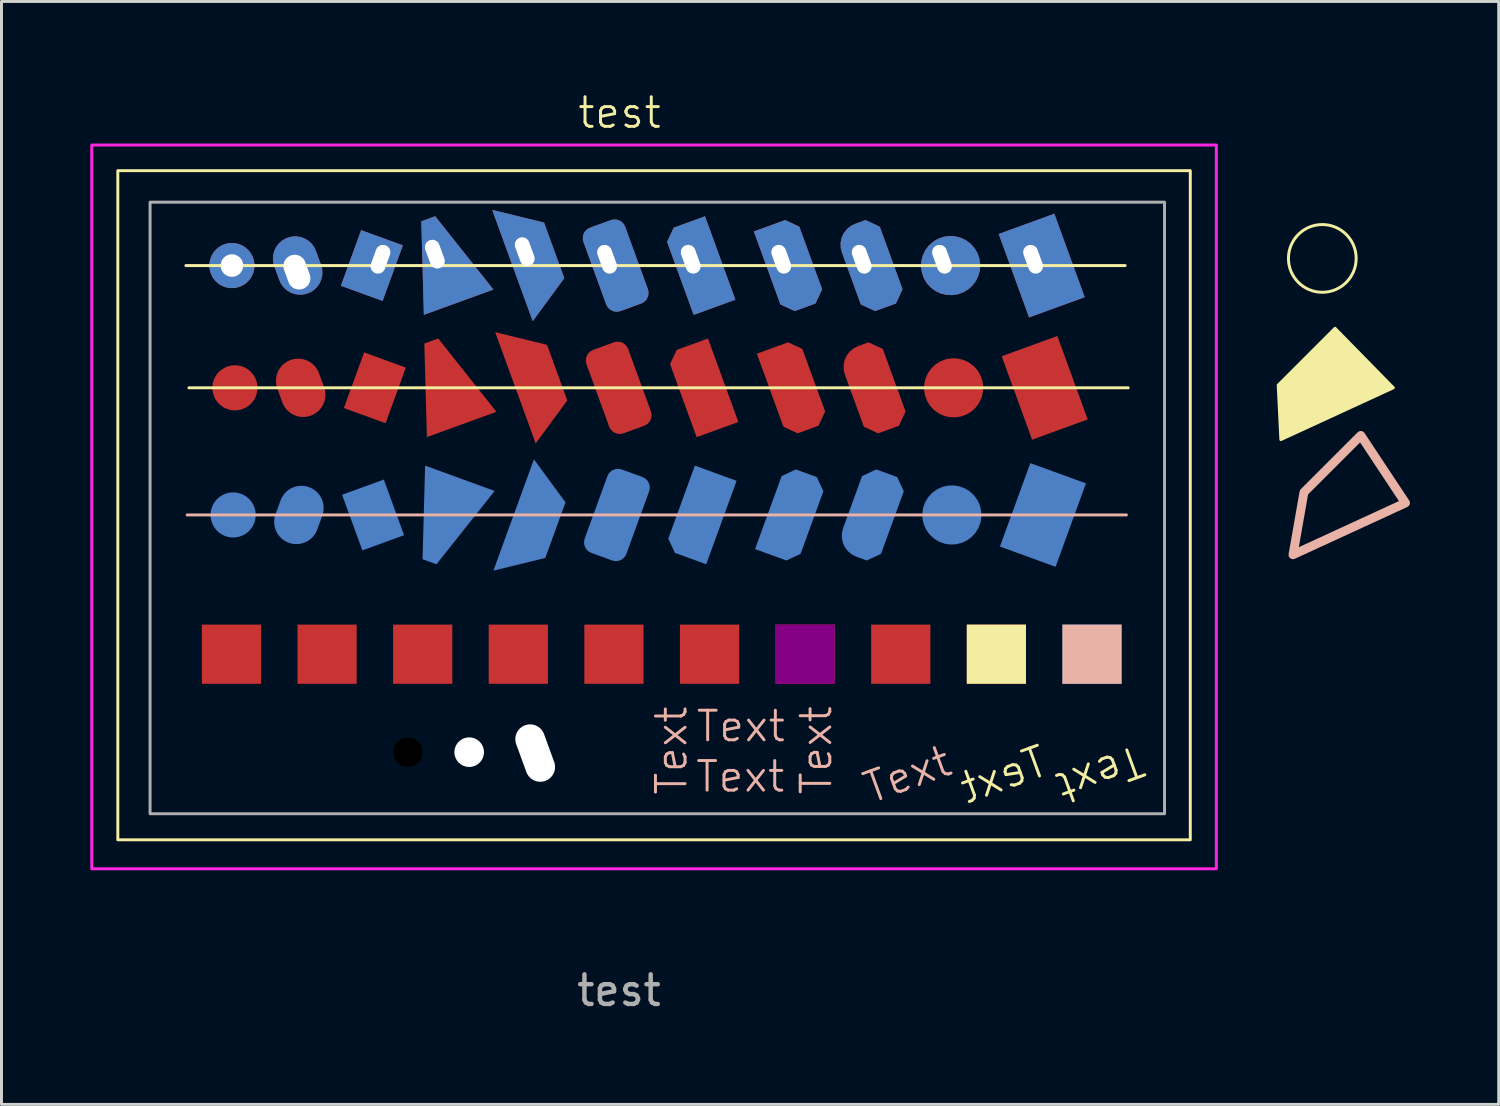
<source format=kicad_pcb>
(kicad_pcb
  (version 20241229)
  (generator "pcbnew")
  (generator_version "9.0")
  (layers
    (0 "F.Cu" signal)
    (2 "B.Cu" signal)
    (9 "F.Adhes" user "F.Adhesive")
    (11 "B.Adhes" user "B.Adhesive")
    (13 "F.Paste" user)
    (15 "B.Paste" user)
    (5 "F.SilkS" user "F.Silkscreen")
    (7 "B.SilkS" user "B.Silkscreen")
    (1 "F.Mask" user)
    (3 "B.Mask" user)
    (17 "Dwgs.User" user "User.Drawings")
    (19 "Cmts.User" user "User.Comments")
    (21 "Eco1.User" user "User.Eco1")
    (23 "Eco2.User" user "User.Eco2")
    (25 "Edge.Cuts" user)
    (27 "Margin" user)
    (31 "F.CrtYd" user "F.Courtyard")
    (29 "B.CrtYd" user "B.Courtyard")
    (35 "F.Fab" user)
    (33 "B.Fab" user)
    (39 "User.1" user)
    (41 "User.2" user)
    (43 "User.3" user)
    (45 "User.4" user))
  (footprint "test"
    (layer "F.Cu")
    (at 17.79 16.64)
    (property "Reference" "test" (at 0.09 -15.88 0) (unlocked yes) (layer "F.SilkS") (effects (font (size 1 1) (thickness 0.1))))
    (attr through_hole board_only exclude_from_pos_files exclude_from_bom allow_missing_courtyard dnp allow_soldermask_bridges)
    (private_layers "User.1" "User.2")
    (fp_line (start -14.56 -10.719) (end 17.17 -10.719) (stroke (width 0.1) (type default)) (layer "F.SilkS"))
    (fp_line (start -14.458 -6.589) (end 17.272 -6.589) (stroke (width 0.1) (type default)) (layer "F.SilkS"))
    (fp_rect (start -16.86 -13.925) (end 19.37 8.68) (stroke (width 0.1) (type default)) (fill no) (layer "F.SilkS"))
    (fp_circle (center 23.83 -10.96) (end 24.96 -10.78) (stroke (width 0.1) (type default)) (fill no) (layer "F.SilkS"))
    (fp_poly (pts (xy 22.34 -6.68) (xy 24.26 -8.6) (xy 26.23 -6.59) (xy 22.43 -4.84)) (stroke (width 0.1) (type solid)) (fill yes) (layer "F.SilkS"))
    (fp_line (start -14.518 -2.294) (end 17.212 -2.294) (stroke (width 0.1) (type default)) (layer "B.SilkS"))
    (fp_poly (pts (xy 23.21 -3.06) (xy 25.13 -4.98) (xy 26.64 -2.7) (xy 22.84 -0.95)) (stroke (width 0.3) (type solid)) (fill no) (layer "B.SilkS"))
    (fp_rect (start -17.74 -14.79) (end 20.25 9.66) (stroke (width 0.1) (type default)) (fill no) (layer "F.CrtYd"))
    (fp_rect (start -15.77 -12.86) (end 18.5 7.8) (stroke (width 0.1) (type default)) (fill no) (layer "F.Fab"))
    (fp_text user "Text" (at 17.6 5.37 200) (unlocked yes) (layer "F.SilkS") (effects (font (size 1 1) (thickness 0.1)) (justify left bottom)))
    (fp_text user "Text" (at 14.74 6.49 20) (unlocked yes) (layer "F.SilkS") (effects (font (size 1 1) (thickness 0.1)) (justify left bottom mirror)))
    (fp_text user "Text" (at 2.62 5.43 0) (layer "B.SilkS") (effects (font (size 1 1) (thickness 0.1)) (justify left bottom)))
    (fp_text user "Text" (at 8.54 7.56 200) (layer "B.SilkS") (effects (font (size 1 1) (thickness 0.1)) (justify left bottom)))
    (fp_text user "Text" (at 2.43 7.23 90) (layer "B.SilkS") (effects (font (size 1 1) (thickness 0.1)) (justify left bottom)))
    (fp_text user "Text" (at 2.6 7.13 180) (layer "B.SilkS") (effects (font (size 1 1) (thickness 0.1)) (justify left bottom)))
    (fp_text user "Text" (at 7.32 7.22 270) (layer "B.SilkS") (effects (font (size 1 1) (thickness 0.1)) (justify left bottom)))
    (fp_text user "${REFERENCE}" (at 0.07 13.77 0) (unlocked yes) (layer "F.Fab") (effects (font (size 1 1) (thickness 0.15))))
    (pad "" smd rect (at -12.95 5.72) (size 2 2) (layers "F.Paste"))
    (pad "" smd rect (at -10.01 5.72) (size 2 2) (layers "F.Mask"))
    (pad "" np_thru_hole circle (at -7.06 5.72) (size 1 1) (drill 1) (layers "*.Mask"))
    (pad "" np_thru_hole circle (at -4.99 5.72) (size 1 1) (drill 1) (layers "*.Cu" "*.Mask"))
    (pad "" np_thru_hole oval (at -2.76 5.75 20) (size 1 2) (drill oval 1 2) (layers "*.Cu" "*.Mask"))
    (pad "1" thru_hole circle (at -13.005 -10.719) (size 1.524 1.524) (drill 0.762) (layers "*.Cu" "*.Mask"))
    (pad "2" thru_hole oval (at -10.81 -10.497 20) (size 1.5 2) (drill oval 0.762 1.2 (offset 0.1 -0.2)) (layers "*.Cu" "*.Mask"))
    (pad "3" thru_hole rect (at -7.987 -10.932 340) (size 1.5 2) (drill oval 0.5 1 (offset -0.2 0.3)) (layers "*.Cu" "*.Mask"))
    (pad "4" thru_hole trapezoid (at -6.15 -11.104 20) (size 1.5 3) (rect_delta 0 1) (drill oval 0.5 1 (offset 0.2 0.3)) (layers "*.Cu" "*.Mask"))
    (pad "5" thru_hole trapezoid (at -3.114 -11.189 20) (size 1.5 3) (rect_delta 1 0) (drill oval 0.5 1 (offset 0.2 0.3)) (layers "*.Cu" "*.Mask"))
    (pad "6" thru_hole roundrect (at -0.332 -10.932 20) (size 1.5 3) (drill oval 0.5 1 (offset 0.2 0.3)) (layers "*.Cu" "*.Mask") (roundrect_rratio 0.25))
    (pad "7" thru_hole roundrect (at 2.494 -10.932 20) (size 1.5 3) (drill oval 0.5 1 (offset 0.2 0.3)) (layers "*.Cu" "*.Mask") (roundrect_rratio 0) (chamfer_ratio 0.25) (chamfer top_left))
    (pad "8" thru_hole roundrect (at 5.553 -10.932 20) (size 1.5 3) (drill oval 0.5 1 (offset 0.2 0.3)) (layers "*.Cu" "*.Mask") (roundrect_rratio 0) (chamfer_ratio 0.25) (chamfer top_right bottom_left bottom_right))
    (pad "9" thru_hole roundrect (at 8.27 -10.932 20) (size 1.5 3) (drill oval 0.5 1 (offset 0.2 0.3)) (layers "*.Cu" "*.Mask") (roundrect_rratio 0.5) (chamfer_ratio 0.25) (chamfer top_right bottom_left bottom_right))
    (pad "10" thru_hole custom (at 10.983 -10.932 20) (size 2 2) (drill oval 0.5 1 (offset 0.2 0.3)) (layers "*.Cu" "*.Mask") (options (anchor circle)) (primitives))
    (pad "11" thru_hole custom (at 14.06 -10.932 20) (size 2 3) (drill oval 0.5 1 (offset 0.2 0.3)) (layers "*.Cu" "*.Mask") (options (anchor rect)) (primitives))
    (pad "12" smd circle (at -12.904 -6.589) (size 1.524 1.524) (layers "F.Cu" "F.Mask" "F.Paste"))
    (pad "13" smd oval (at -10.708 -6.367 20) (size 1.5 2) (drill oval (offset 0.1 -0.2)) (layers "F.Cu" "F.Mask" "F.Paste"))
    (pad "14" smd rect (at -7.886 -6.802 340) (size 1.5 2) (drill oval (offset -0.2 0.3)) (layers "F.Cu" "F.Mask" "F.Paste"))
    (pad "15" smd trapezoid (at -6.048 -6.974 20) (size 1.5 3) (rect_delta 0 1) (drill oval (offset 0.2 0.3)) (layers "F.Cu" "F.Mask" "F.Paste"))
    (pad "16" smd trapezoid (at -3.013 -7.059 20) (size 1.5 3) (rect_delta 1 0) (drill oval (offset 0.2 0.3)) (layers "F.Cu" "F.Mask" "F.Paste"))
    (pad "17" smd roundrect (at -0.23 -6.802 20) (size 1.5 3) (drill oval (offset 0.2 0.3)) (layers "F.Cu" "F.Mask" "F.Paste") (roundrect_rratio 0.25))
    (pad "18" smd roundrect (at 2.595 -6.802 20) (size 1.5 3) (drill oval (offset 0.2 0.3)) (layers "F.Cu" "F.Mask" "F.Paste") (roundrect_rratio 0) (chamfer_ratio 0.25) (chamfer top_left))
    (pad "19" smd roundrect (at 5.655 -6.802 20) (size 1.5 3) (drill oval (offset 0.2 0.3)) (layers "F.Cu" "F.Mask" "F.Paste") (roundrect_rratio 0) (chamfer_ratio 0.25) (chamfer top_right bottom_left bottom_right))
    (pad "20" smd roundrect (at 8.372 -6.802 20) (size 1.5 3) (drill oval (offset 0.2 0.3)) (layers "F.Cu" "F.Mask" "F.Paste") (roundrect_rratio 0.5) (chamfer_ratio 0.25) (chamfer top_right bottom_left bottom_right))
    (pad "21" smd custom (at 11.085 -6.802 20) (size 2 2) (drill oval (offset 0.2 0.3)) (layers "F.Cu" "F.Mask" "F.Paste") (options (anchor circle)) (primitives))
    (pad "22" smd custom (at 14.162 -6.802 20) (size 2 3) (drill oval (offset 0.2 0.3)) (layers "F.Cu" "F.Mask" "F.Paste") (options (anchor rect)) (primitives))
    (pad "23" smd circle (at -12.964 -2.294 180) (size 1.524 1.524) (layers "B.Cu" "B.Mask" "B.Paste"))
    (pad "24" smd oval (at -10.768 -2.516 160) (size 1.5 2) (drill oval (offset -0.1 -0.2)) (layers "B.Cu" "B.Mask" "B.Paste"))
    (pad "25" smd rect (at -7.946 -2.08 200) (size 1.5 2) (drill oval (offset 0.2 0.3)) (layers "B.Cu" "B.Mask" "B.Paste"))
    (pad "26" smd trapezoid (at -6.108 -1.909 160) (size 1.5 3) (rect_delta 0 1) (drill oval (offset -0.2 0.3)) (layers "B.Cu" "B.Mask" "B.Paste"))
    (pad "27" smd trapezoid (at -3.073 -1.823 160) (size 1.5 3) (rect_delta -1 0) (drill oval (offset -0.2 0.3)) (layers "B.Cu" "B.Mask" "B.Paste"))
    (pad "28" smd roundrect (at -0.29 -2.08 160) (size 1.5 3) (drill oval (offset -0.2 0.3)) (layers "B.Cu" "B.Mask" "B.Paste") (roundrect_rratio 0.25))
    (pad "29" smd roundrect (at 2.535 -2.08 160) (size 1.5 3) (drill oval (offset -0.2 0.3)) (layers "B.Cu" "B.Mask" "B.Paste") (roundrect_rratio 0) (chamfer_ratio 0.25) (chamfer top_right))
    (pad "30" smd roundrect (at 5.595 -2.08 160) (size 1.5 3) (drill oval (offset -0.2 0.3)) (layers "B.Cu" "B.Mask" "B.Paste") (roundrect_rratio 0) (chamfer_ratio 0.25) (chamfer top_left bottom_left bottom_right))
    (pad "31" smd roundrect (at 8.312 -2.08 160) (size 1.5 3) (drill oval (offset -0.2 0.3)) (layers "B.Cu" "B.Mask" "B.Paste") (roundrect_rratio 0.5) (chamfer_ratio 0.25) (chamfer top_left bottom_left bottom_right))
    (pad "32" smd custom (at 11.025 -2.08 160) (size 2 2) (drill oval (offset -0.2 0.3)) (layers "B.Cu" "B.Mask" "B.Paste") (options (anchor circle)) (primitives))
    (pad "33" smd custom (at 14.102 -2.08 160) (size 2 3) (drill oval (offset -0.2 0.3)) (layers "B.Cu" "B.Mask" "B.Paste") (options (anchor rect)) (primitives))
    (pad "34" connect rect (at -13.02 2.41) (size 2 2) (layers "F.Cu" "F.Mask"))
    (pad "35" smd rect (at -9.79 2.41) (size 2 2) (layers "F.Cu" "F.Mask" "F.Paste"))
    (pad "36" smd rect (at -6.56 2.41) (size 2 2) (property pad_prop_bga) (layers "F.Cu" "F.Mask" "F.Paste"))
    (pad "37" smd rect (at -3.33 2.41) (size 2 2) (property pad_prop_fiducial_loc) (layers "F.Cu" "F.Mask" "F.Paste"))
    (pad "38" smd rect (at -0.1 2.41) (size 2 2) (property pad_prop_fiducial_glob) (layers "F.Cu" "F.Mask" "F.Paste"))
    (pad "39" smd rect (at 3.13 2.41) (size 2 2) (property pad_prop_testpoint) (layers "F.Cu" "F.Mask" "F.Paste"))
    (pad "40" smd rect (at 6.36 2.41) (size 2 2) (property pad_prop_heatsink) (layers "F.Cu" "F.Mask" "F.Adhes" "F.Paste"))
    (pad "41" smd rect (at 9.59 2.41) (size 2 2) (property pad_prop_heatsink) (layers "F.Cu"))
    (pad "42" smd rect (at 12.82 2.41) (size 2 2) (property pad_prop_heatsink) (layers "F.Cu" "F.Mask" "F.SilkS" "F.Paste"))
    (pad "43" smd rect (at 16.05 2.41) (size 2 2) (property pad_prop_heatsink) (layers "B.Cu" "B.Mask" "B.SilkS" "B.Adhes" "B.Paste"))
    (zone (net_name "") (layers "F.Cu" "B.Cu" "F.SilkS") (hatch edge 0.5) (connect_pads) (min_thickness 0.25) (filled_areas_thickness no) (keepout (tracks not_allowed) (vias not_allowed) (pads not_allowed) (copperpour not_allowed) (footprints not_allowed)) (placement (enabled no)) (fill) (polygon (pts (xy 39.74 18.96) (xy 43.71 17.471) (xy 44.1 21.581) (xy 40.79 21.14)))))
  (gr_rect
    (start -3 -3)
    (end 47.58 34.259)
    (stroke (width 0.1) (type default))
    (fill no)
    (layer "Edge.Cuts")))
</source>
